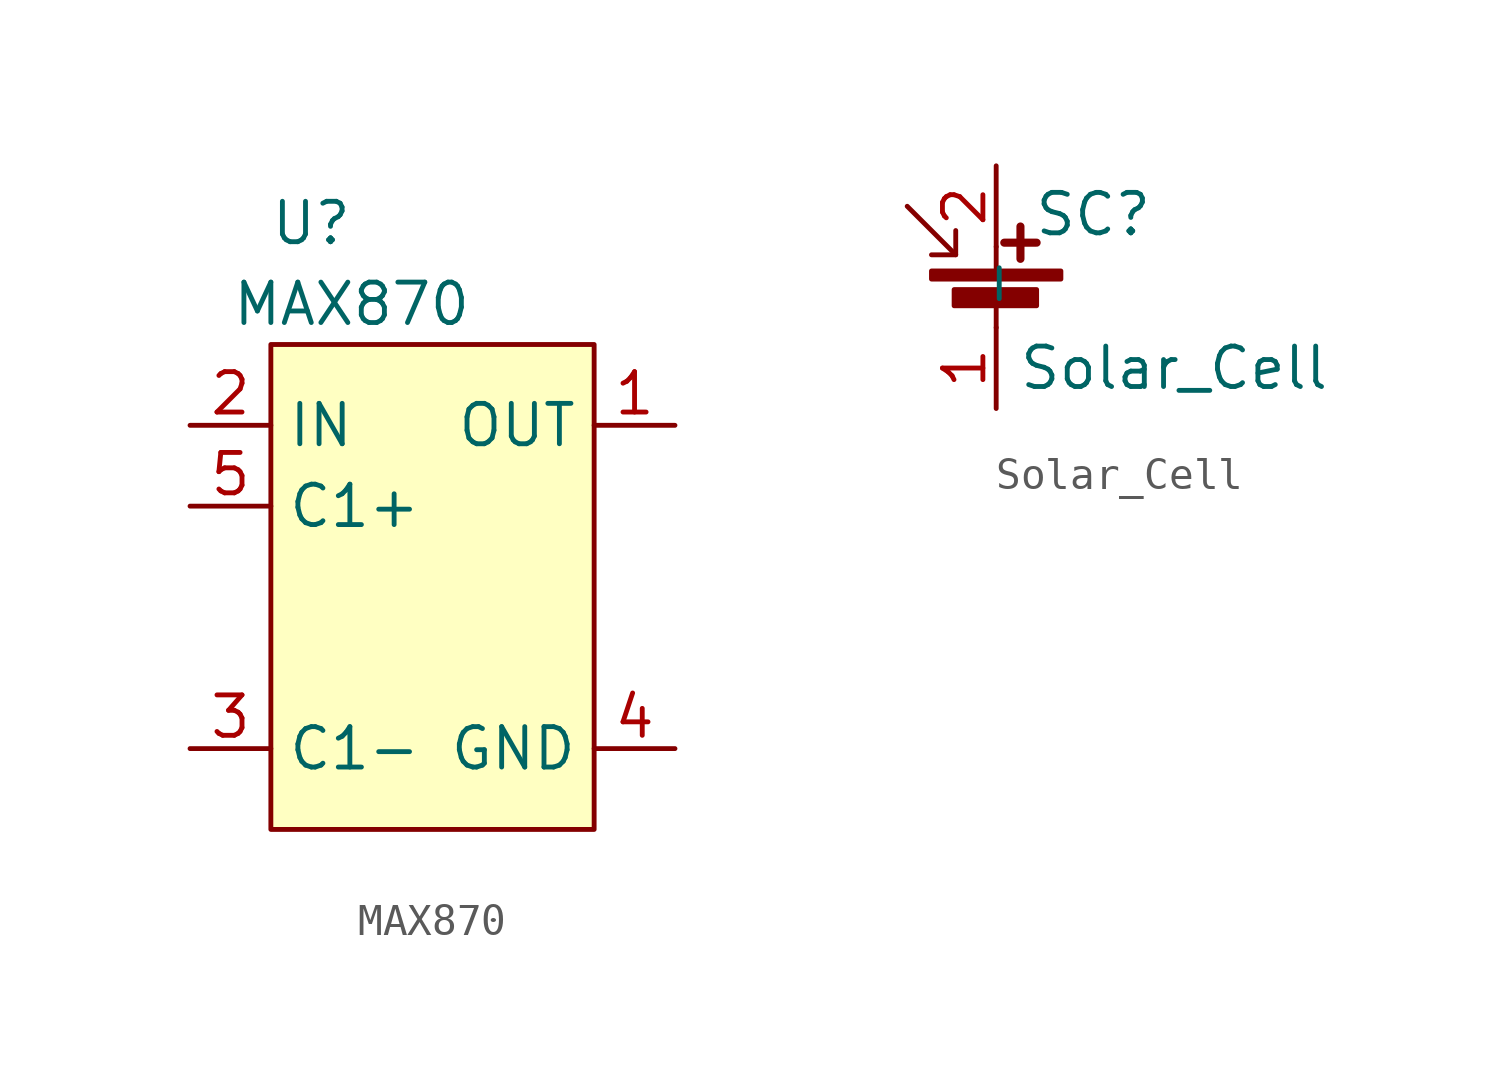
<source format=kicad_sym>
(kicad_symbol_lib
  (version 20220914)
  (generator kicad_symbol_editor)
  (symbol "MAX870"
    (property "Reference" "U"
      (at 1.27 21.59 0)
      (effects (font (size 1.27 1.27))))
    (property "Value" "MAX870"
      (at 2.54 19.05 0)
      (effects (font (size 1.27 1.27))))
    (symbol "MAX870_1_0"
      (rectangle (start 0 17.78) (end 10.16 2.54) (stroke (width 0) (type default)) (fill (type background)))
      (pin output line (at 12.7 15.24 180) (length 2.54) (name "OUT" (effects (font (size 1.27 1.27)))) (number "1" (effects (font (size 1.27 1.27)))))
      (pin input line (at -2.54 15.24 0) (length 2.54) (name "IN" (effects (font (size 1.27 1.27)))) (number "2" (effects (font (size 1.27 1.27)))))
      (pin bidirectional line (at -2.54 5.08 0) (length 2.54) (name "C1-" (effects (font (size 1.27 1.27)))) (number "3" (effects (font (size 1.27 1.27)))))
      (pin power_in line (at 12.7 5.08 180) (length 2.54) (name "GND" (effects (font (size 1.27 1.27)))) (number "4" (effects (font (size 1.27 1.27)))))
      (pin bidirectional line (at -2.54 12.7 0) (length 2.54) (name "C1+" (effects (font (size 1.27 1.27)))) (number "5" (effects (font (size 1.27 1.27)))))))
  (symbol "Solar_Cell"
    (property "Reference" "SC"
      (at 3.048 2.032 0)
      (effects (font (size 1.27 1.27))))
    (property "Value" "Solar_Cell"
      (at 5.588 -2.794 0)
      (effects (font (size 1.27 1.27))))
    (symbol "Solar_Cell_0_1"
      (rectangle (start -2.032 0.254) (end 2.032 0) (stroke (width 0) (type default)) (fill (type outline)))
      (rectangle (start -1.321 -0.33) (end 1.27 -0.838) (stroke (width 0) (type default)) (fill (type outline)))
      (polyline (pts (xy -1.27 0.762) (xy -2.794 2.286)) (stroke (width 0) (type default)) (fill (type none)))
      (polyline (pts (xy 0 -0.762) (xy 0 -1.524)) (stroke (width 0) (type default)) (fill (type none)))
      (polyline (pts (xy 0 0.254) (xy 0 1.016)) (stroke (width 0) (type default)) (fill (type none)))
      (polyline (pts (xy 0.254 1.143) (xy 1.27 1.143)) (stroke (width 0.254) (type default)) (fill (type none)))
      (polyline (pts (xy 0.762 1.651) (xy 0.762 0.635)) (stroke (width 0.254) (type default)) (fill (type none)))
      (polyline (pts (xy -1.27 1.524) (xy -1.27 0.762) (xy -2.032 0.762)) (stroke (width 0) (type default)) (fill (type none))))
    (symbol "Solar_Cell_1_1"
      (pin passive line (at 0 -4.064 90) (length 2.54) (name "-" (effects (font (size 1.27 1.27)))) (number "1" (effects (font (size 1.27 1.27)))))
      (pin passive line (at 0 3.556 270) (length 2.54) (name "" (effects (font (size 1.27 1.27)))) (number "2" (effects (font (size 1.27 1.27))))))))
</source>
